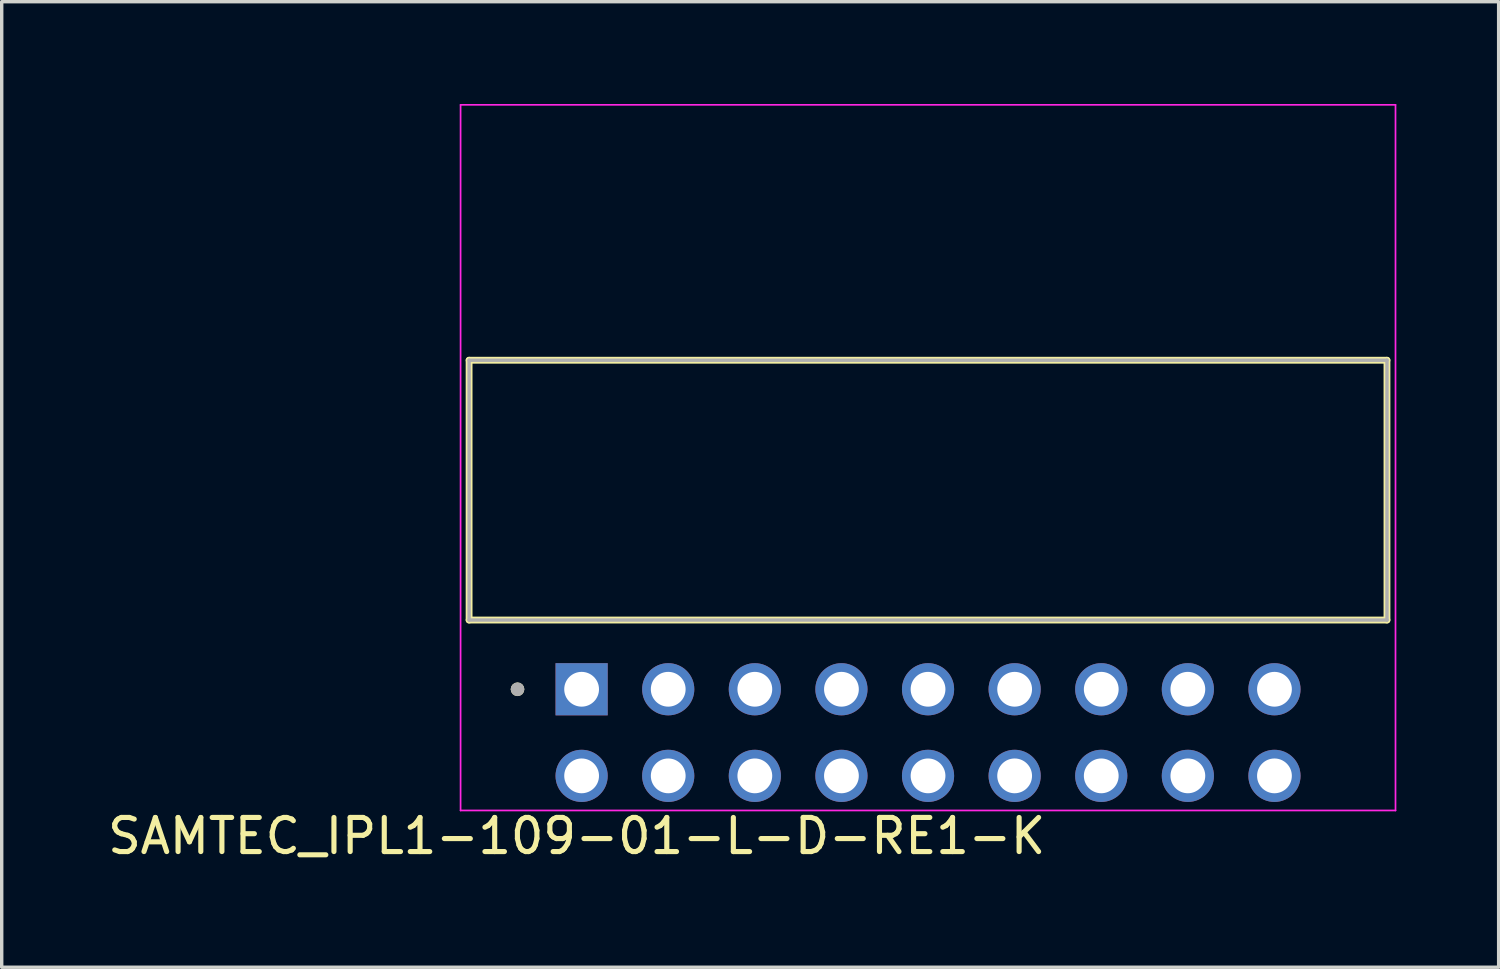
<source format=kicad_pcb>
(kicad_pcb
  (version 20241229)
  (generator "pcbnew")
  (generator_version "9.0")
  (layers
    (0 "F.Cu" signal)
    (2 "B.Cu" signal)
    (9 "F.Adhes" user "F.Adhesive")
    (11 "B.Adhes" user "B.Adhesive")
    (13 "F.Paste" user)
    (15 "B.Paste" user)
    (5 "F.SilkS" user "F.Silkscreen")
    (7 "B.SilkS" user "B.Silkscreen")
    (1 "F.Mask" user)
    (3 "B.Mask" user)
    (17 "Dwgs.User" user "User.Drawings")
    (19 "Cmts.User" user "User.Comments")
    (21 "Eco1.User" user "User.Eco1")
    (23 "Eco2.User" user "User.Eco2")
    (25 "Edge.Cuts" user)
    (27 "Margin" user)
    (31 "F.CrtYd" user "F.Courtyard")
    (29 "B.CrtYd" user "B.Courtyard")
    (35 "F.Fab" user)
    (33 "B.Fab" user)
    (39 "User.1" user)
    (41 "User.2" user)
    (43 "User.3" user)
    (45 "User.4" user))
  (footprint "SAMTEC_IPL1-109-01-L-D-RE1-K"
    (layer "F.Cu")
    (at 24.168 18.435)
    (property "Reference" "SAMTEC_IPL1-109-01-L-D-RE1-K" (at -10.305 3.035 0) (layer "F.SilkS") (effects (font (size 1 1) (thickness 0.15))))
    (attr through_hole)
    (fp_line (start -13.46 -10.92) (end -13.46 -3.3) (stroke (width 0.2) (type solid)) (layer "F.SilkS"))
    (fp_line (start -13.46 -3.3) (end 13.46 -3.3) (stroke (width 0.2) (type solid)) (layer "F.SilkS"))
    (fp_line (start 13.46 -10.92) (end -13.46 -10.92) (stroke (width 0.2) (type solid)) (layer "F.SilkS"))
    (fp_line (start 13.46 -3.3) (end 13.46 -10.92) (stroke (width 0.2) (type solid)) (layer "F.SilkS"))
    (fp_circle (center -12.04 -1.27) (end -11.94 -1.27) (stroke (width 0.2) (type solid)) (fill no) (layer "F.SilkS"))
    (fp_line (start -13.71 -18.41) (end 13.71 -18.41) (stroke (width 0.05) (type solid)) (layer "F.CrtYd"))
    (fp_line (start -13.71 2.285) (end -13.71 -18.41) (stroke (width 0.05) (type solid)) (layer "F.CrtYd"))
    (fp_line (start 13.71 -18.41) (end 13.71 2.285) (stroke (width 0.05) (type solid)) (layer "F.CrtYd"))
    (fp_line (start 13.71 2.285) (end -13.71 2.285) (stroke (width 0.05) (type solid)) (layer "F.CrtYd"))
    (fp_line (start -13.46 -10.92) (end -13.46 -3.3) (stroke (width 0.1) (type solid)) (layer "F.Fab"))
    (fp_line (start -13.46 -3.3) (end 13.46 -3.3) (stroke (width 0.1) (type solid)) (layer "F.Fab"))
    (fp_line (start 13.46 -10.92) (end -13.46 -10.92) (stroke (width 0.1) (type solid)) (layer "F.Fab"))
    (fp_line (start 13.46 -3.3) (end 13.46 -10.92) (stroke (width 0.1) (type solid)) (layer "F.Fab"))
    (fp_circle (center -12.04 -1.27) (end -11.94 -1.27) (stroke (width 0.2) (type solid)) (fill no) (layer "F.Fab"))
    (pad "01" thru_hole rect (at -10.16 -1.27) (size 1.53 1.53) (drill 1.02) (layers "*.Cu" "*.Mask"))
    (pad "02" thru_hole circle (at -7.62 -1.27) (size 1.53 1.53) (drill 1.02) (layers "*.Cu" "*.Mask"))
    (pad "03" thru_hole circle (at -5.08 -1.27) (size 1.53 1.53) (drill 1.02) (layers "*.Cu" "*.Mask"))
    (pad "04" thru_hole circle (at -2.54 -1.27) (size 1.53 1.53) (drill 1.02) (layers "*.Cu" "*.Mask"))
    (pad "05" thru_hole circle (at 0 -1.27) (size 1.53 1.53) (drill 1.02) (layers "*.Cu" "*.Mask"))
    (pad "06" thru_hole circle (at 2.54 -1.27) (size 1.53 1.53) (drill 1.02) (layers "*.Cu" "*.Mask"))
    (pad "07" thru_hole circle (at 5.08 -1.27) (size 1.53 1.53) (drill 1.02) (layers "*.Cu" "*.Mask"))
    (pad "08" thru_hole circle (at 7.62 -1.27) (size 1.53 1.53) (drill 1.02) (layers "*.Cu" "*.Mask"))
    (pad "09" thru_hole circle (at 10.16 -1.27) (size 1.53 1.53) (drill 1.02) (layers "*.Cu" "*.Mask"))
    (pad "10" thru_hole circle (at -10.16 1.27) (size 1.53 1.53) (drill 1.02) (layers "*.Cu" "*.Mask"))
    (pad "11" thru_hole circle (at -7.62 1.27) (size 1.53 1.53) (drill 1.02) (layers "*.Cu" "*.Mask"))
    (pad "12" thru_hole circle (at -5.08 1.27) (size 1.53 1.53) (drill 1.02) (layers "*.Cu" "*.Mask"))
    (pad "13" thru_hole circle (at -2.54 1.27) (size 1.53 1.53) (drill 1.02) (layers "*.Cu" "*.Mask"))
    (pad "14" thru_hole circle (at 0 1.27) (size 1.53 1.53) (drill 1.02) (layers "*.Cu" "*.Mask"))
    (pad "15" thru_hole circle (at 2.54 1.27) (size 1.53 1.53) (drill 1.02) (layers "*.Cu" "*.Mask"))
    (pad "16" thru_hole circle (at 5.08 1.27) (size 1.53 1.53) (drill 1.02) (layers "*.Cu" "*.Mask"))
    (pad "17" thru_hole circle (at 7.62 1.27) (size 1.53 1.53) (drill 1.02) (layers "*.Cu" "*.Mask"))
    (pad "18" thru_hole circle (at 10.16 1.27) (size 1.53 1.53) (drill 1.02) (layers "*.Cu" "*.Mask")))
  (gr_rect
    (start -3 -3)
    (end 40.903 25.318)
    (stroke (width 0.1) (type default))
    (fill no)
    (layer "Edge.Cuts")))
</source>
